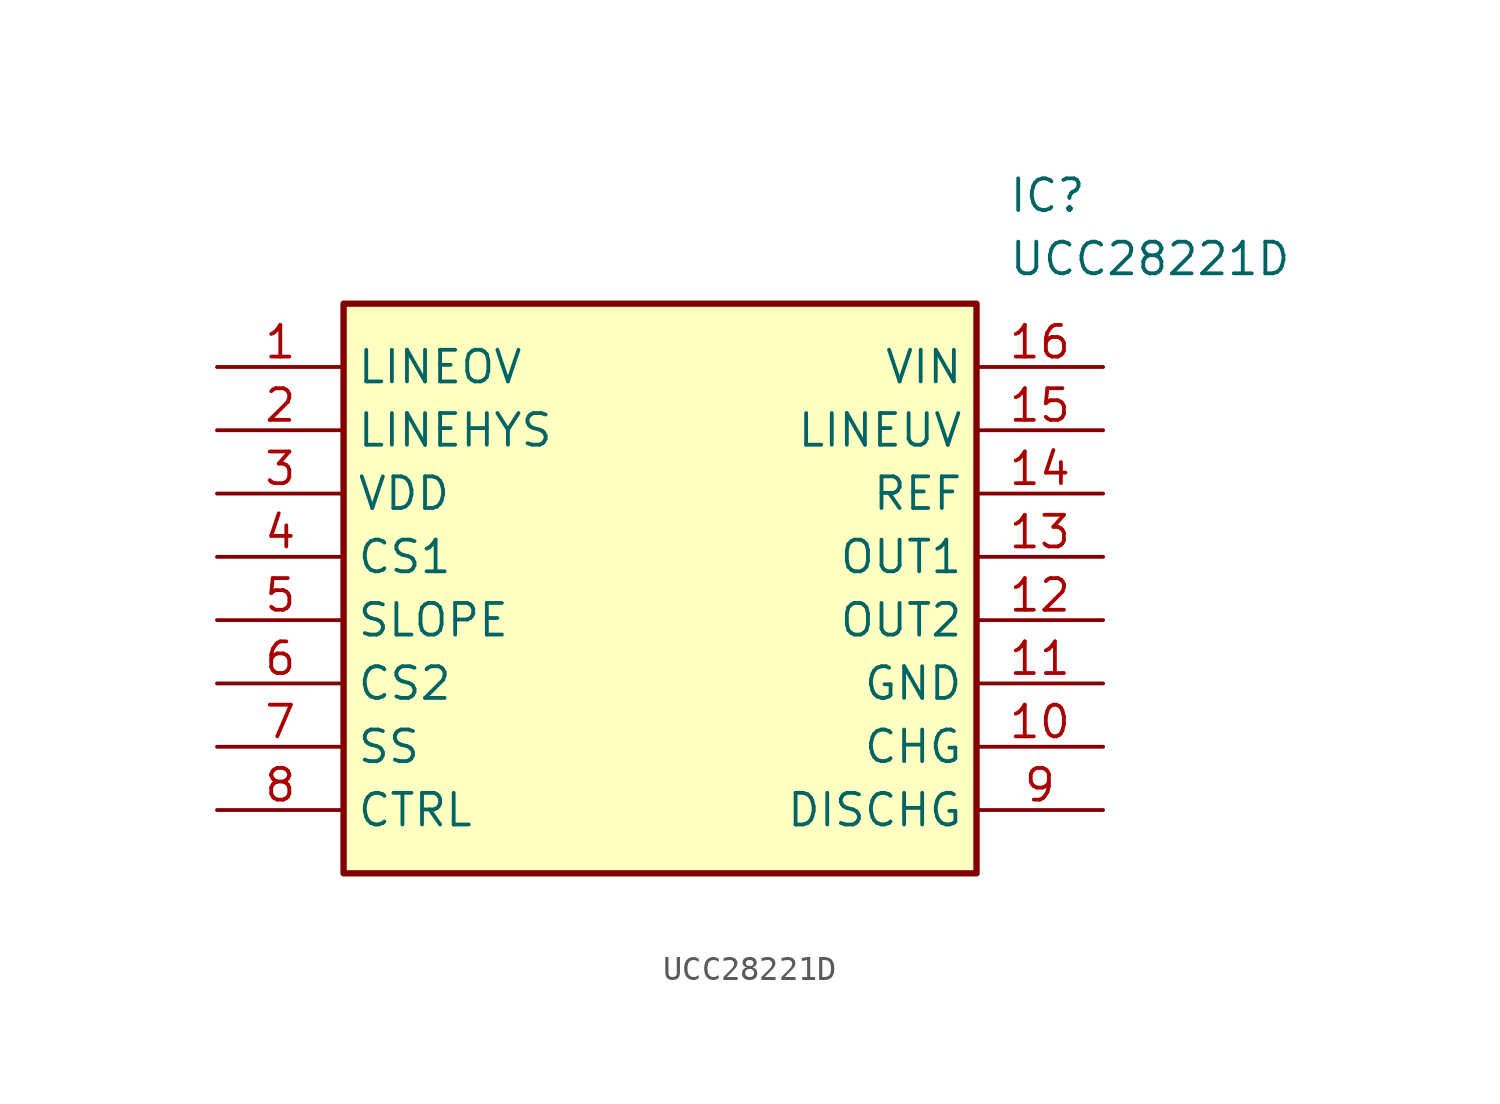
<source format=kicad_sym>
(kicad_symbol_lib
  (version 20211014)
  (generator SamacSys_ECAD_Model)
  (symbol "UCC28221D"
    (property "Reference" "IC"
      (at 31.75 7.62 0)
      (effects (font (size 1.27 1.27)) (justify left top)))
    (property "Value" "UCC28221D"
      (at 31.75 5.08 0)
      (effects (font (size 1.27 1.27)) (justify left top)))
    (rectangle
      (start 5.08 2.54)
      (end 30.48 -20.32)
      (stroke (width 0.254) (type default))
      (fill (type background)))
    (pin passive line
      (at 0 0 0)
      (length 5.08)
      (name "LINEOV" (effects (font (size 1.27 1.27))))
      (number "1" (effects (font (size 1.27 1.27)))))
    (pin passive line
      (at 0 -2.54 0)
      (length 5.08)
      (name "LINEHYS" (effects (font (size 1.27 1.27))))
      (number "2" (effects (font (size 1.27 1.27)))))
    (pin passive line
      (at 0 -5.08 0)
      (length 5.08)
      (name "VDD" (effects (font (size 1.27 1.27))))
      (number "3" (effects (font (size 1.27 1.27)))))
    (pin passive line
      (at 0 -7.62 0)
      (length 5.08)
      (name "CS1" (effects (font (size 1.27 1.27))))
      (number "4" (effects (font (size 1.27 1.27)))))
    (pin passive line
      (at 0 -10.16 0)
      (length 5.08)
      (name "SLOPE" (effects (font (size 1.27 1.27))))
      (number "5" (effects (font (size 1.27 1.27)))))
    (pin passive line
      (at 0 -12.7 0)
      (length 5.08)
      (name "CS2" (effects (font (size 1.27 1.27))))
      (number "6" (effects (font (size 1.27 1.27)))))
    (pin passive line
      (at 0 -15.24 0)
      (length 5.08)
      (name "SS" (effects (font (size 1.27 1.27))))
      (number "7" (effects (font (size 1.27 1.27)))))
    (pin passive line
      (at 0 -17.78 0)
      (length 5.08)
      (name "CTRL" (effects (font (size 1.27 1.27))))
      (number "8" (effects (font (size 1.27 1.27)))))
    (pin passive line
      (at 35.56 0 180)
      (length 5.08)
      (name "VIN" (effects (font (size 1.27 1.27))))
      (number "16" (effects (font (size 1.27 1.27)))))
    (pin passive line
      (at 35.56 -2.54 180)
      (length 5.08)
      (name "LINEUV" (effects (font (size 1.27 1.27))))
      (number "15" (effects (font (size 1.27 1.27)))))
    (pin passive line
      (at 35.56 -5.08 180)
      (length 5.08)
      (name "REF" (effects (font (size 1.27 1.27))))
      (number "14" (effects (font (size 1.27 1.27)))))
    (pin passive line
      (at 35.56 -7.62 180)
      (length 5.08)
      (name "OUT1" (effects (font (size 1.27 1.27))))
      (number "13" (effects (font (size 1.27 1.27)))))
    (pin passive line
      (at 35.56 -10.16 180)
      (length 5.08)
      (name "OUT2" (effects (font (size 1.27 1.27))))
      (number "12" (effects (font (size 1.27 1.27)))))
    (pin passive line
      (at 35.56 -12.7 180)
      (length 5.08)
      (name "GND" (effects (font (size 1.27 1.27))))
      (number "11" (effects (font (size 1.27 1.27)))))
    (pin passive line
      (at 35.56 -15.24 180)
      (length 5.08)
      (name "CHG" (effects (font (size 1.27 1.27))))
      (number "10" (effects (font (size 1.27 1.27)))))
    (pin passive line
      (at 35.56 -17.78 180)
      (length 5.08)
      (name "DISCHG" (effects (font (size 1.27 1.27))))
      (number "9" (effects (font (size 1.27 1.27)))))))
</source>
